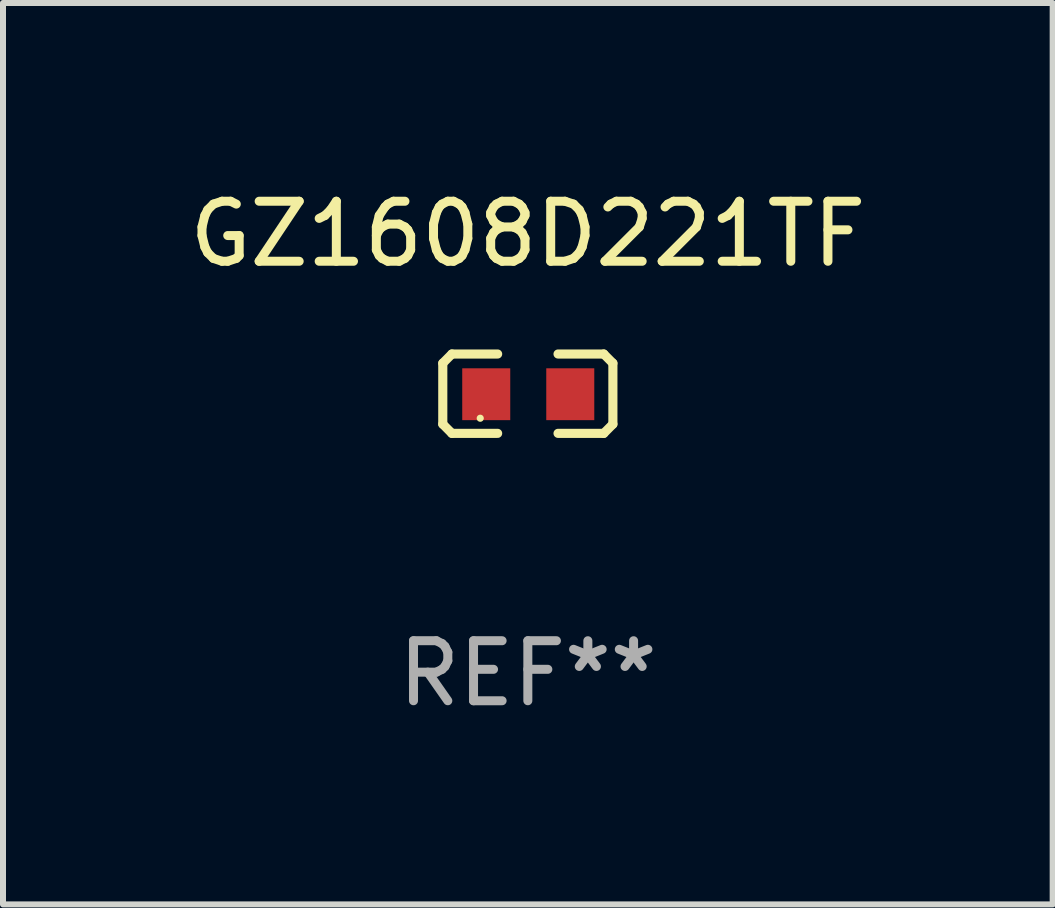
<source format=kicad_pcb>
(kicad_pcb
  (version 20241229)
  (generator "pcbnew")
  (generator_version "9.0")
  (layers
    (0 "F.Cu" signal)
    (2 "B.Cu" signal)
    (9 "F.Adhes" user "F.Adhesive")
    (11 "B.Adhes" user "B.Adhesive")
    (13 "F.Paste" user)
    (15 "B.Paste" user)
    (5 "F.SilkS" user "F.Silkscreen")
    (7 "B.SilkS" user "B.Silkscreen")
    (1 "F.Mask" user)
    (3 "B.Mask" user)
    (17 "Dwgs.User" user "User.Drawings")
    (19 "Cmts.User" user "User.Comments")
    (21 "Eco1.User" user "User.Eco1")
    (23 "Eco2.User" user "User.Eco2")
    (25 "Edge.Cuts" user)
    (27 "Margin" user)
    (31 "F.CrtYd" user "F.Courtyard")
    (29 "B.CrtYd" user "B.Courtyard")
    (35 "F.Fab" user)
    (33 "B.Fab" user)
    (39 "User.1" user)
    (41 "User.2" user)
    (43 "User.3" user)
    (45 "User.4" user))
  (footprint "GZ1608D221TF"
    (layer "F.Cu")
    (at 5.744 3.509)
    (property "Reference" "GZ1608D221TF" (at 0 -2.661 0) (layer "F.SilkS") (effects (font (size 1 1) (thickness 0.15))))
    (attr through_hole)
    (fp_line (start -1.417 -0.508) (end -1.265 -0.661) (stroke (width 0.152) (type solid)) (layer "F.SilkS"))
    (fp_line (start -1.417 0.508) (end -1.417 -0.508) (stroke (width 0.152) (type solid)) (layer "F.SilkS"))
    (fp_line (start -1.265 -0.661) (end -0.503 -0.661) (stroke (width 0.152) (type solid)) (layer "F.SilkS"))
    (fp_line (start -1.265 0.661) (end -1.417 0.508) (stroke (width 0.152) (type solid)) (layer "F.SilkS"))
    (fp_line (start -1.265 0.661) (end -0.503 0.661) (stroke (width 0.152) (type solid)) (layer "F.SilkS"))
    (fp_line (start 1.265 -0.661) (end 0.503 -0.661) (stroke (width 0.152) (type solid)) (layer "F.SilkS"))
    (fp_line (start 1.265 -0.661) (end 1.417 -0.508) (stroke (width 0.152) (type solid)) (layer "F.SilkS"))
    (fp_line (start 1.265 0.661) (end 0.503 0.661) (stroke (width 0.152) (type solid)) (layer "F.SilkS"))
    (fp_line (start 1.417 -0.508) (end 1.417 0.508) (stroke (width 0.152) (type solid)) (layer "F.SilkS"))
    (fp_line (start 1.417 0.508) (end 1.265 0.661) (stroke (width 0.152) (type solid)) (layer "F.SilkS"))
    (fp_circle (center -0.793 0.409) (end -0.763 0.409) (stroke (width 0.06) (type solid)) (fill no) (layer "F.SilkS"))
    (fp_text user "REF**" (at 0 4.661 0) (layer "F.Fab") (effects (font (size 1 1) (thickness 0.15))))
    (pad "1" smd rect (at -0.693 0.009 180) (size 0.8 0.864) (layers "F.Cu" "F.Mask" "F.Paste"))
    (pad "2" smd rect (at 0.707 0.009 180) (size 0.8 0.864) (layers "F.Cu" "F.Mask" "F.Paste")))
  (gr_rect
    (start -3 -3)
    (end 14.488 12.018)
    (stroke (width 0.1) (type default))
    (fill no)
    (layer "Edge.Cuts")))
</source>
